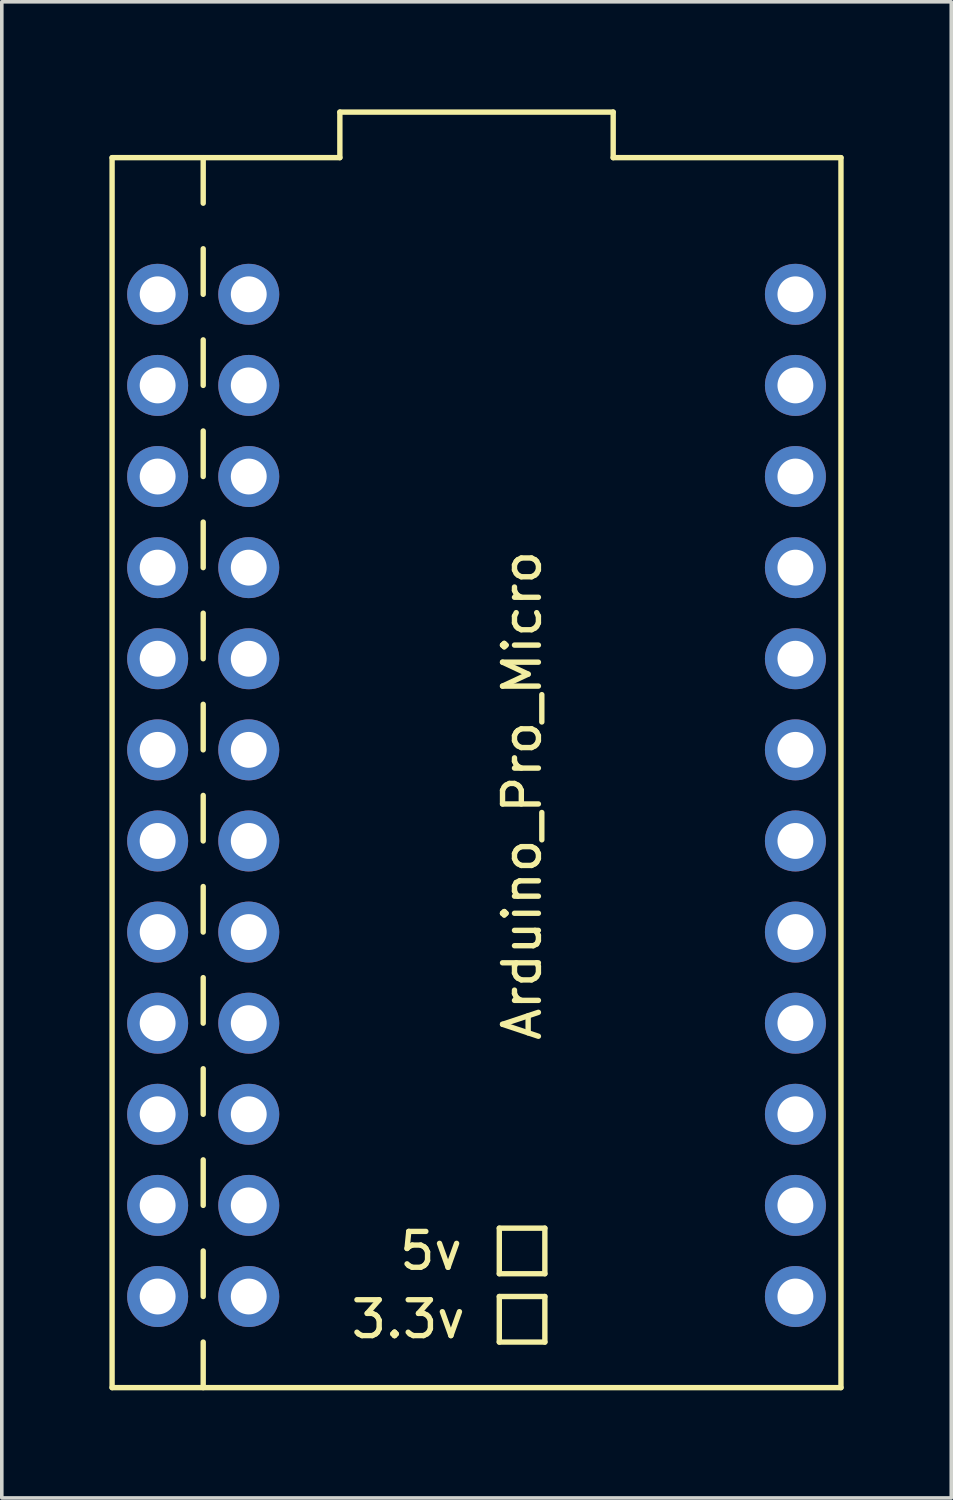
<source format=kicad_pcb>
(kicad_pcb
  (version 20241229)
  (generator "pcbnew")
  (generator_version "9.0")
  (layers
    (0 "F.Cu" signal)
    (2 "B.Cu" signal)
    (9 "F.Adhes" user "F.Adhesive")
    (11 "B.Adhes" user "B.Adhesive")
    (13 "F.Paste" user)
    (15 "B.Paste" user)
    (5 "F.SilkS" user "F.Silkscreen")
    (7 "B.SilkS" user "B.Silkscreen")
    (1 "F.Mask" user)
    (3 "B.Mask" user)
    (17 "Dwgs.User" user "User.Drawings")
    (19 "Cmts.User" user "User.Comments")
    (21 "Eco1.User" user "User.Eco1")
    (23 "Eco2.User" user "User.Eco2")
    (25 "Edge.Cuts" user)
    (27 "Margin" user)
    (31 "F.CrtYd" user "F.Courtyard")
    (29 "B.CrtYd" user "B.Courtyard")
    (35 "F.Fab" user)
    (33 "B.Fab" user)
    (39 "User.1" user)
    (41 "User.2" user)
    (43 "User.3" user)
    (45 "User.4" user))
  (footprint "Arduino_Pro_Micro"
    (layer "F.Cu")
    (at 10.235 19.125)
    (property "Reference" "Arduino_Pro_Micro" (at 1.27 0 90) (layer "F.SilkS") (effects (font (size 1 1) (thickness 0.15))))
    (attr through_hole)
    (fp_line (start -10.16 -17.78) (end -10.16 16.51) (stroke (width 0.15) (type solid)) (layer "F.SilkS"))
    (fp_line (start -10.16 -17.78) (end -3.81 -17.78) (stroke (width 0.15) (type solid)) (layer "F.SilkS"))
    (fp_line (start -10.16 16.51) (end 10.16 16.51) (stroke (width 0.15) (type solid)) (layer "F.SilkS"))
    (fp_line (start -7.62 -17.78) (end -7.62 -16.51) (stroke (width 0.15) (type solid)) (layer "F.SilkS"))
    (fp_line (start -7.62 -15.24) (end -7.62 -13.97) (stroke (width 0.15) (type solid)) (layer "F.SilkS"))
    (fp_line (start -7.62 -12.7) (end -7.62 -11.43) (stroke (width 0.15) (type solid)) (layer "F.SilkS"))
    (fp_line (start -7.62 -10.16) (end -7.62 -8.89) (stroke (width 0.15) (type solid)) (layer "F.SilkS"))
    (fp_line (start -7.62 -7.62) (end -7.62 -6.35) (stroke (width 0.15) (type solid)) (layer "F.SilkS"))
    (fp_line (start -7.62 -5.08) (end -7.62 -3.81) (stroke (width 0.15) (type solid)) (layer "F.SilkS"))
    (fp_line (start -7.62 -2.54) (end -7.62 -1.27) (stroke (width 0.15) (type solid)) (layer "F.SilkS"))
    (fp_line (start -7.62 0) (end -7.62 1.27) (stroke (width 0.15) (type solid)) (layer "F.SilkS"))
    (fp_line (start -7.62 2.54) (end -7.62 3.81) (stroke (width 0.15) (type solid)) (layer "F.SilkS"))
    (fp_line (start -7.62 5.08) (end -7.62 6.35) (stroke (width 0.15) (type solid)) (layer "F.SilkS"))
    (fp_line (start -7.62 7.62) (end -7.62 8.89) (stroke (width 0.15) (type solid)) (layer "F.SilkS"))
    (fp_line (start -7.62 10.16) (end -7.62 11.43) (stroke (width 0.15) (type solid)) (layer "F.SilkS"))
    (fp_line (start -7.62 12.7) (end -7.62 13.97) (stroke (width 0.15) (type solid)) (layer "F.SilkS"))
    (fp_line (start -7.62 15.24) (end -7.62 16.51) (stroke (width 0.15) (type solid)) (layer "F.SilkS"))
    (fp_line (start -3.81 -19.05) (end 3.81 -19.05) (stroke (width 0.15) (type solid)) (layer "F.SilkS"))
    (fp_line (start -3.81 -17.78) (end -3.81 -19.05) (stroke (width 0.15) (type solid)) (layer "F.SilkS"))
    (fp_line (start 0.635 12.065) (end 0.635 13.335) (stroke (width 0.15) (type solid)) (layer "F.SilkS"))
    (fp_line (start 0.635 13.335) (end 1.905 13.335) (stroke (width 0.15) (type solid)) (layer "F.SilkS"))
    (fp_line (start 0.635 13.97) (end 0.635 15.24) (stroke (width 0.15) (type solid)) (layer "F.SilkS"))
    (fp_line (start 0.635 15.24) (end 1.905 15.24) (stroke (width 0.15) (type solid)) (layer "F.SilkS"))
    (fp_line (start 1.905 12.065) (end 0.635 12.065) (stroke (width 0.15) (type solid)) (layer "F.SilkS"))
    (fp_line (start 1.905 13.335) (end 1.905 12.065) (stroke (width 0.15) (type solid)) (layer "F.SilkS"))
    (fp_line (start 1.905 13.97) (end 0.635 13.97) (stroke (width 0.15) (type solid)) (layer "F.SilkS"))
    (fp_line (start 1.905 15.24) (end 1.905 13.97) (stroke (width 0.15) (type solid)) (layer "F.SilkS"))
    (fp_line (start 3.81 -19.05) (end 3.81 -17.78) (stroke (width 0.15) (type solid)) (layer "F.SilkS"))
    (fp_line (start 3.81 -17.78) (end 10.16 -17.78) (stroke (width 0.15) (type solid)) (layer "F.SilkS"))
    (fp_line (start 10.16 16.51) (end 10.16 -17.78) (stroke (width 0.15) (type solid)) (layer "F.SilkS"))
    (fp_text user "3.3v" (at -1.905 14.605 0) (layer "F.SilkS") (effects (font (size 1 1) (thickness 0.15))))
    (fp_text user "5v" (at -1.27 12.7 0) (layer "F.SilkS") (effects (font (size 1 1) (thickness 0.15))))
    (pad "1" thru_hole circle (at -8.89 -13.97) (size 1.7 1.7) (drill 1) (layers "*.Cu" "*.Mask"))
    (pad "1" thru_hole circle (at -6.35 -13.97) (size 1.7 1.7) (drill 1) (layers "*.Cu" "*.Mask"))
    (pad "2" thru_hole circle (at -8.89 -11.43) (size 1.7 1.7) (drill 1) (layers "*.Cu" "*.Mask"))
    (pad "2" thru_hole circle (at -6.35 -11.43) (size 1.7 1.7) (drill 1) (layers "*.Cu" "*.Mask"))
    (pad "3" thru_hole circle (at -8.89 -8.89) (size 1.7 1.7) (drill 1) (layers "*.Cu" "*.Mask"))
    (pad "3" thru_hole circle (at -6.35 -8.89) (size 1.7 1.7) (drill 1) (layers "*.Cu" "*.Mask"))
    (pad "4" thru_hole circle (at -8.89 -6.35) (size 1.7 1.7) (drill 1) (layers "*.Cu" "*.Mask"))
    (pad "4" thru_hole circle (at -6.35 -6.35) (size 1.7 1.7) (drill 1) (layers "*.Cu" "*.Mask"))
    (pad "5" thru_hole circle (at -8.89 -3.81) (size 1.7 1.7) (drill 1) (layers "*.Cu" "*.Mask"))
    (pad "5" thru_hole circle (at -6.35 -3.81) (size 1.7 1.7) (drill 1) (layers "*.Cu" "*.Mask"))
    (pad "6" thru_hole circle (at -8.89 -1.27) (size 1.7 1.7) (drill 1) (layers "*.Cu" "*.Mask"))
    (pad "6" thru_hole circle (at -6.35 -1.27) (size 1.7 1.7) (drill 1) (layers "*.Cu" "*.Mask"))
    (pad "7" thru_hole circle (at -8.89 1.27) (size 1.7 1.7) (drill 1) (layers "*.Cu" "*.Mask"))
    (pad "7" thru_hole circle (at -6.35 1.27) (size 1.7 1.7) (drill 1) (layers "*.Cu" "*.Mask"))
    (pad "8" thru_hole circle (at -8.89 3.81) (size 1.7 1.7) (drill 1) (layers "*.Cu" "*.Mask"))
    (pad "8" thru_hole circle (at -6.35 3.81) (size 1.7 1.7) (drill 1) (layers "*.Cu" "*.Mask"))
    (pad "9" thru_hole circle (at -8.89 6.35) (size 1.7 1.7) (drill 1) (layers "*.Cu" "*.Mask"))
    (pad "9" thru_hole circle (at -6.35 6.35) (size 1.7 1.7) (drill 1) (layers "*.Cu" "*.Mask"))
    (pad "10" thru_hole circle (at -8.89 8.89) (size 1.7 1.7) (drill 1) (layers "*.Cu" "*.Mask"))
    (pad "10" thru_hole circle (at -6.35 8.89) (size 1.7 1.7) (drill 1) (layers "*.Cu" "*.Mask"))
    (pad "11" thru_hole circle (at -8.89 11.43) (size 1.7 1.7) (drill 1) (layers "*.Cu" "*.Mask"))
    (pad "11" thru_hole circle (at -6.35 11.43) (size 1.7 1.7) (drill 1) (layers "*.Cu" "*.Mask"))
    (pad "12" thru_hole circle (at -8.89 13.97) (size 1.7 1.7) (drill 1) (layers "*.Cu" "*.Mask"))
    (pad "12" thru_hole circle (at -6.35 13.97) (size 1.7 1.7) (drill 1) (layers "*.Cu" "*.Mask"))
    (pad "13" thru_hole circle (at 8.89 13.97) (size 1.7 1.7) (drill 1) (layers "*.Cu" "*.Mask"))
    (pad "14" thru_hole circle (at 8.89 11.43) (size 1.7 1.7) (drill 1) (layers "*.Cu" "*.Mask"))
    (pad "15" thru_hole circle (at 8.89 8.89) (size 1.7 1.7) (drill 1) (layers "*.Cu" "*.Mask"))
    (pad "16" thru_hole circle (at 8.89 6.35) (size 1.7 1.7) (drill 1) (layers "*.Cu" "*.Mask"))
    (pad "17" thru_hole circle (at 8.89 3.81) (size 1.7 1.7) (drill 1) (layers "*.Cu" "*.Mask"))
    (pad "18" thru_hole circle (at 8.89 1.27) (size 1.7 1.7) (drill 1) (layers "*.Cu" "*.Mask"))
    (pad "19" thru_hole circle (at 8.89 -1.27) (size 1.7 1.7) (drill 1) (layers "*.Cu" "*.Mask"))
    (pad "20" thru_hole circle (at 8.89 -3.81) (size 1.7 1.7) (drill 1) (layers "*.Cu" "*.Mask"))
    (pad "21" thru_hole circle (at 8.89 -6.35) (size 1.7 1.7) (drill 1) (layers "*.Cu" "*.Mask"))
    (pad "22" thru_hole circle (at 8.89 -8.89) (size 1.7 1.7) (drill 1) (layers "*.Cu" "*.Mask"))
    (pad "23" thru_hole circle (at 8.89 -11.43) (size 1.7 1.7) (drill 1) (layers "*.Cu" "*.Mask"))
    (pad "24" thru_hole circle (at 8.89 -13.97) (size 1.7 1.7) (drill 1) (layers "*.Cu" "*.Mask")))
  (gr_rect
    (start -3 -3)
    (end 23.47 38.71)
    (stroke (width 0.1) (type default))
    (fill no)
    (layer "Edge.Cuts")))
</source>
